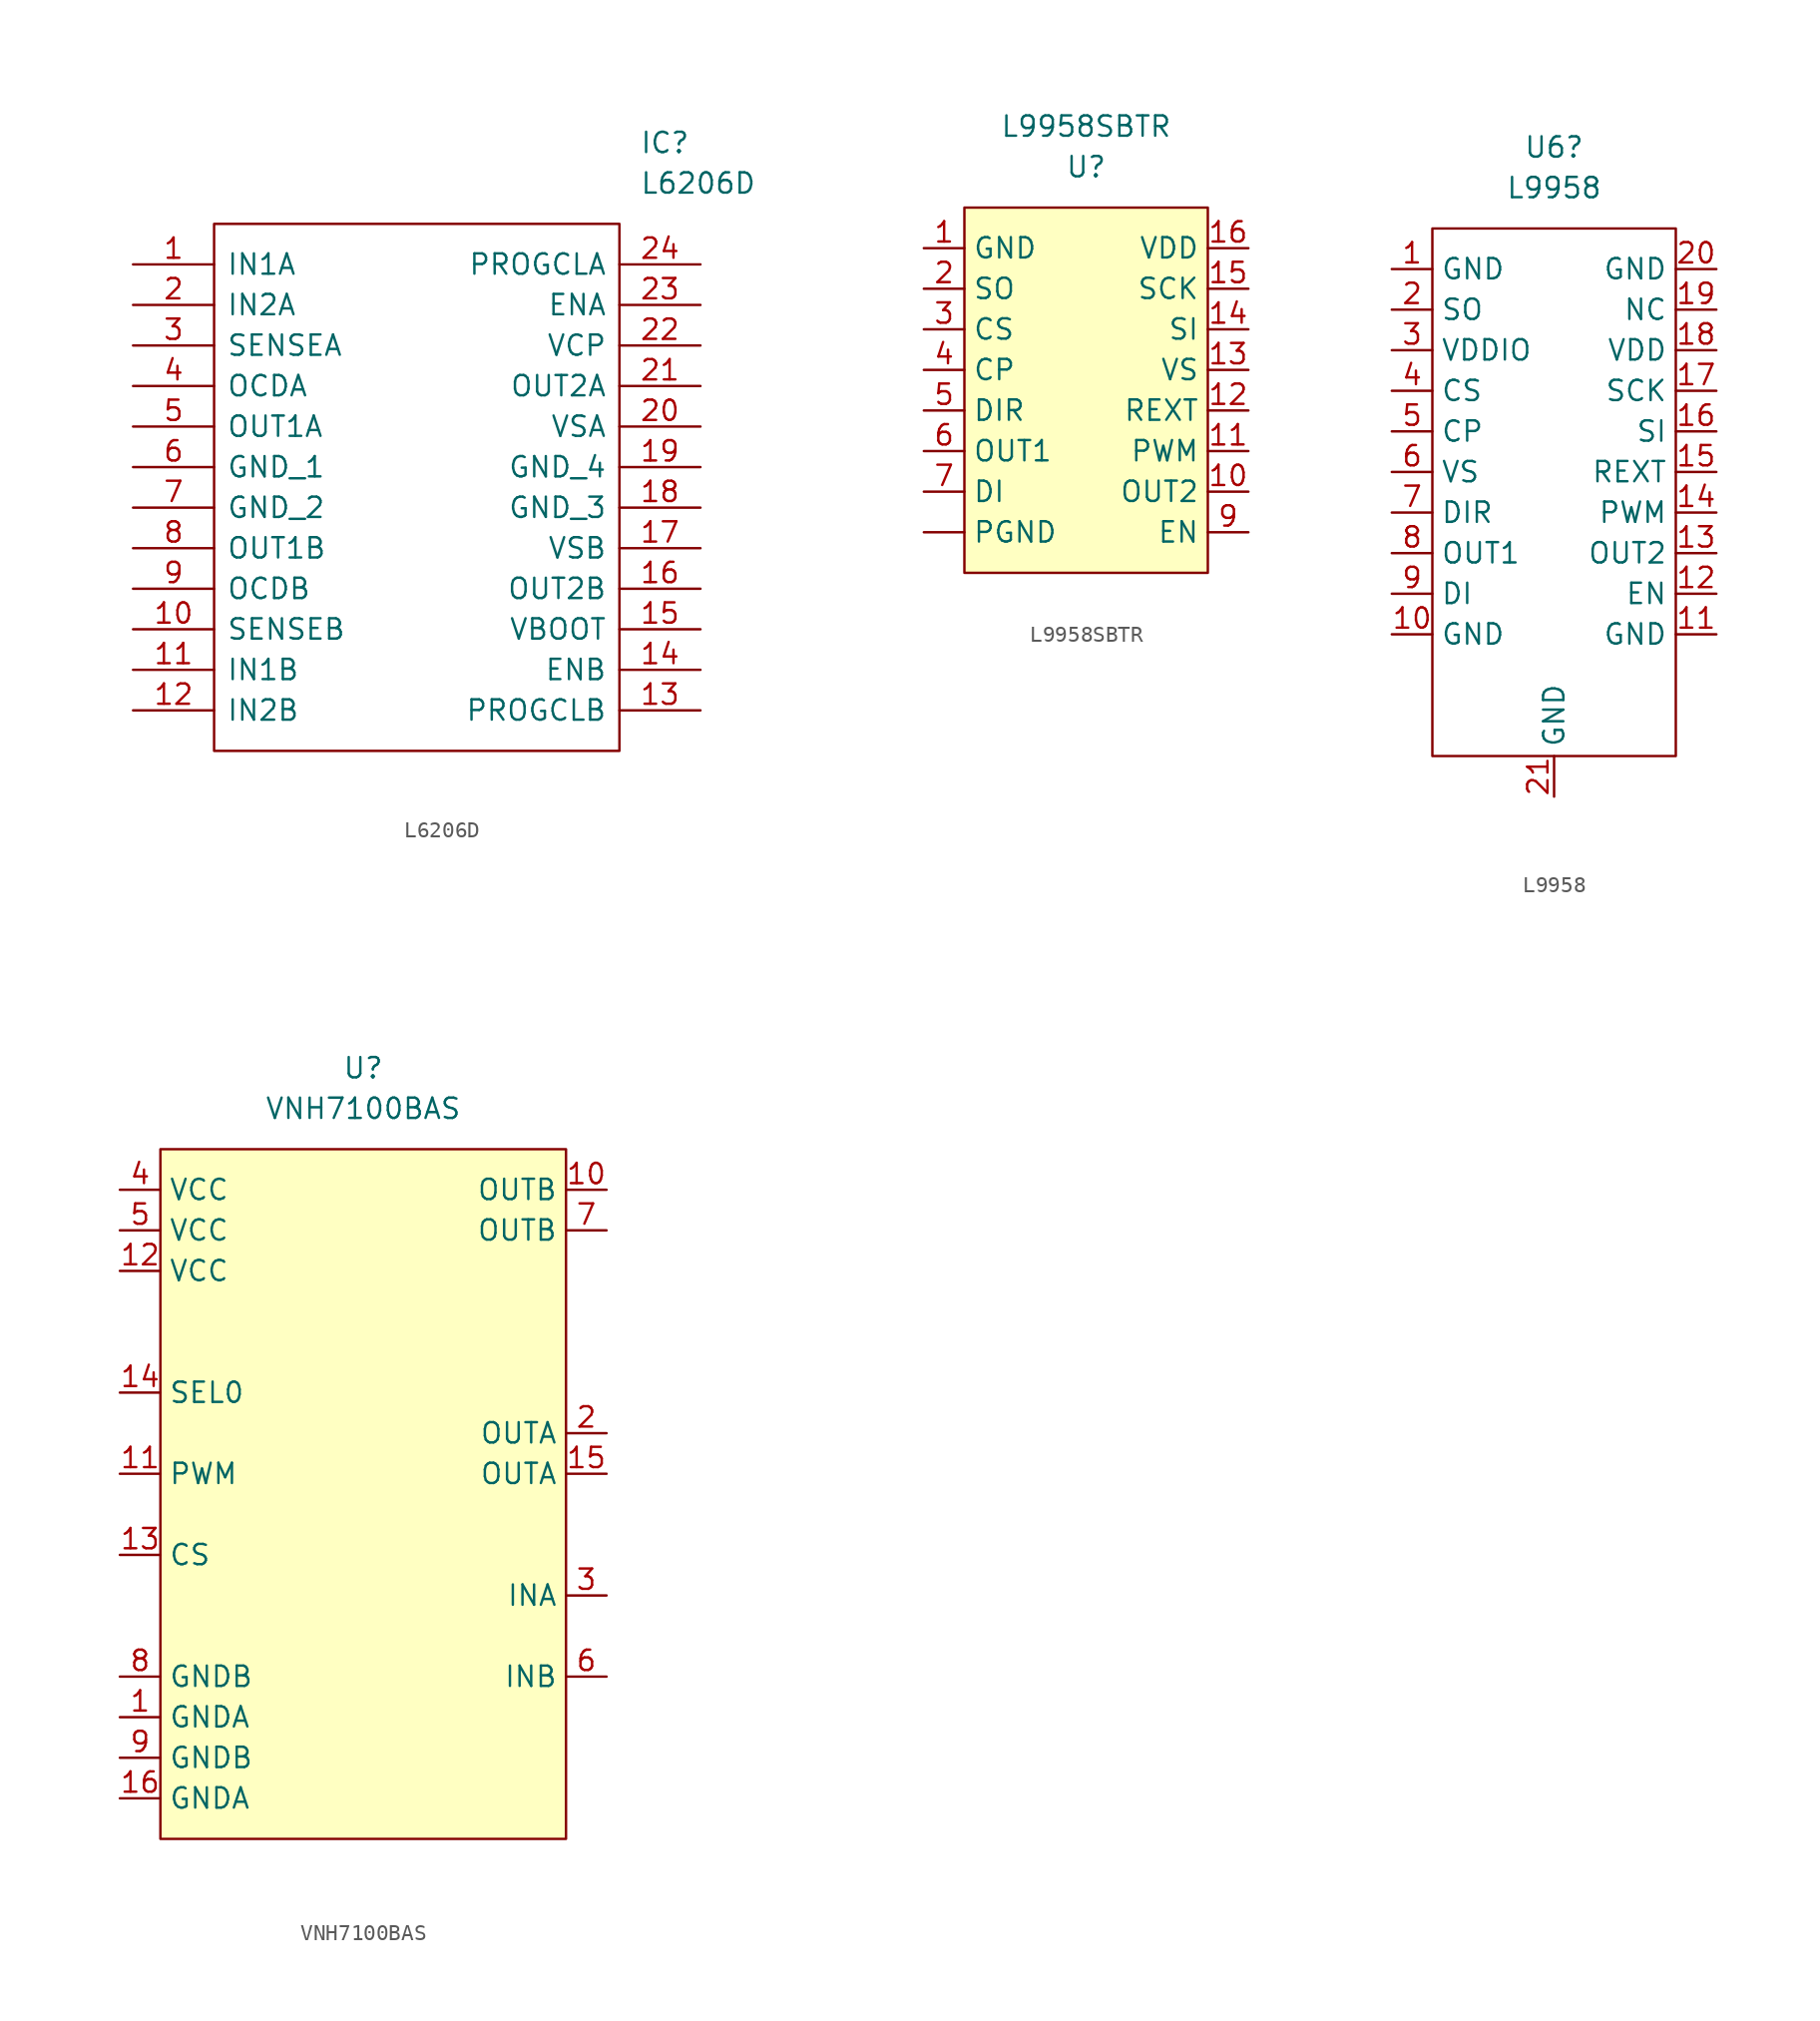
<source format=kicad_sym>
(kicad_symbol_lib
  (version 20211014)
  (generator kicad_symbol_editor)
  (symbol "L6206D"
    (pin_names
      (offset 0.762))
    (property "Reference" "IC"
      (at 31.75 7.62 0)
      (effects (font (size 1.27 1.27)) (justify left)))
    (property "Value" "L6206D"
      (at 31.75 5.08 0)
      (effects (font (size 1.27 1.27)) (justify left)))
    (symbol "L6206D_0_0"
      (pin passive line (at 0 0 0) (length 5.08) (name "IN1A" (effects (font (size 1.27 1.27)))) (number "1" (effects (font (size 1.27 1.27)))))
      (pin passive line (at 0 -22.86 0) (length 5.08) (name "SENSEB" (effects (font (size 1.27 1.27)))) (number "10" (effects (font (size 1.27 1.27)))))
      (pin passive line (at 0 -25.4 0) (length 5.08) (name "IN1B" (effects (font (size 1.27 1.27)))) (number "11" (effects (font (size 1.27 1.27)))))
      (pin passive line (at 0 -27.94 0) (length 5.08) (name "IN2B" (effects (font (size 1.27 1.27)))) (number "12" (effects (font (size 1.27 1.27)))))
      (pin passive line (at 35.56 -27.94 180) (length 5.08) (name "PROGCLB" (effects (font (size 1.27 1.27)))) (number "13" (effects (font (size 1.27 1.27)))))
      (pin passive line (at 35.56 -25.4 180) (length 5.08) (name "ENB" (effects (font (size 1.27 1.27)))) (number "14" (effects (font (size 1.27 1.27)))))
      (pin passive line (at 35.56 -22.86 180) (length 5.08) (name "VBOOT" (effects (font (size 1.27 1.27)))) (number "15" (effects (font (size 1.27 1.27)))))
      (pin passive line (at 35.56 -20.32 180) (length 5.08) (name "OUT2B" (effects (font (size 1.27 1.27)))) (number "16" (effects (font (size 1.27 1.27)))))
      (pin passive line (at 35.56 -17.78 180) (length 5.08) (name "VSB" (effects (font (size 1.27 1.27)))) (number "17" (effects (font (size 1.27 1.27)))))
      (pin passive line (at 35.56 -15.24 180) (length 5.08) (name "GND_3" (effects (font (size 1.27 1.27)))) (number "18" (effects (font (size 1.27 1.27)))))
      (pin passive line (at 35.56 -12.7 180) (length 5.08) (name "GND_4" (effects (font (size 1.27 1.27)))) (number "19" (effects (font (size 1.27 1.27)))))
      (pin passive line (at 0 -2.54 0) (length 5.08) (name "IN2A" (effects (font (size 1.27 1.27)))) (number "2" (effects (font (size 1.27 1.27)))))
      (pin passive line (at 35.56 -10.16 180) (length 5.08) (name "VSA" (effects (font (size 1.27 1.27)))) (number "20" (effects (font (size 1.27 1.27)))))
      (pin passive line (at 35.56 -7.62 180) (length 5.08) (name "OUT2A" (effects (font (size 1.27 1.27)))) (number "21" (effects (font (size 1.27 1.27)))))
      (pin passive line (at 35.56 -5.08 180) (length 5.08) (name "VCP" (effects (font (size 1.27 1.27)))) (number "22" (effects (font (size 1.27 1.27)))))
      (pin passive line (at 35.56 -2.54 180) (length 5.08) (name "ENA" (effects (font (size 1.27 1.27)))) (number "23" (effects (font (size 1.27 1.27)))))
      (pin passive line (at 35.56 0 180) (length 5.08) (name "PROGCLA" (effects (font (size 1.27 1.27)))) (number "24" (effects (font (size 1.27 1.27)))))
      (pin passive line (at 0 -5.08 0) (length 5.08) (name "SENSEA" (effects (font (size 1.27 1.27)))) (number "3" (effects (font (size 1.27 1.27)))))
      (pin passive line (at 0 -7.62 0) (length 5.08) (name "OCDA" (effects (font (size 1.27 1.27)))) (number "4" (effects (font (size 1.27 1.27)))))
      (pin passive line (at 0 -10.16 0) (length 5.08) (name "OUT1A" (effects (font (size 1.27 1.27)))) (number "5" (effects (font (size 1.27 1.27)))))
      (pin passive line (at 0 -12.7 0) (length 5.08) (name "GND_1" (effects (font (size 1.27 1.27)))) (number "6" (effects (font (size 1.27 1.27)))))
      (pin passive line (at 0 -15.24 0) (length 5.08) (name "GND_2" (effects (font (size 1.27 1.27)))) (number "7" (effects (font (size 1.27 1.27)))))
      (pin passive line (at 0 -17.78 0) (length 5.08) (name "OUT1B" (effects (font (size 1.27 1.27)))) (number "8" (effects (font (size 1.27 1.27)))))
      (pin passive line (at 0 -20.32 0) (length 5.08) (name "OCDB" (effects (font (size 1.27 1.27)))) (number "9" (effects (font (size 1.27 1.27))))))
    (symbol "L6206D_0_1"
      (polyline (pts (xy 5.08 2.54) (xy 30.48 2.54) (xy 30.48 -30.48) (xy 5.08 -30.48) (xy 5.08 2.54)) (stroke (width 0.152) (type default) (color 0 0 0 0)) (fill (type none)))))
  (symbol "L9958SBTR"
    (property "Reference" "U"
      (at 0 15.24 0)
      (effects (font (size 1.27 1.27))))
    (property "Value" "L9958SBTR"
      (at 0 17.78 0)
      (effects (font (size 1.27 1.27))))
    (symbol "L9958SBTR_0_1"
      (rectangle (start -7.62 12.7) (end 7.62 -10.16) (stroke (width 0) (type default) (color 0 0 0 0)) (fill (type background))))
    (symbol "L9958SBTR_1_1"
      (pin passive line (at -10.16 -7.62 0) (length 2.54) (name "PGND" (effects (font (size 1.27 1.27)))) (number "" (effects (font (size 1.27 1.27)))))
      (pin passive line (at -10.16 10.16 0) (length 2.54) (name "GND" (effects (font (size 1.27 1.27)))) (number "1" (effects (font (size 1.27 1.27)))))
      (pin passive line (at 10.16 -5.08 180) (length 2.54) (name "OUT2" (effects (font (size 1.27 1.27)))) (number "10" (effects (font (size 1.27 1.27)))))
      (pin passive line (at 10.16 -2.54 180) (length 2.54) (name "PWM" (effects (font (size 1.27 1.27)))) (number "11" (effects (font (size 1.27 1.27)))))
      (pin passive line (at 10.16 0 180) (length 2.54) (name "REXT" (effects (font (size 1.27 1.27)))) (number "12" (effects (font (size 1.27 1.27)))))
      (pin passive line (at 10.16 2.54 180) (length 2.54) (name "VS" (effects (font (size 1.27 1.27)))) (number "13" (effects (font (size 1.27 1.27)))))
      (pin passive line (at 10.16 5.08 180) (length 2.54) (name "SI" (effects (font (size 1.27 1.27)))) (number "14" (effects (font (size 1.27 1.27)))))
      (pin passive line (at 10.16 7.62 180) (length 2.54) (name "SCK" (effects (font (size 1.27 1.27)))) (number "15" (effects (font (size 1.27 1.27)))))
      (pin passive line (at 10.16 10.16 180) (length 2.54) (name "VDD" (effects (font (size 1.27 1.27)))) (number "16" (effects (font (size 1.27 1.27)))))
      (pin passive line (at -10.16 7.62 0) (length 2.54) (name "SO" (effects (font (size 1.27 1.27)))) (number "2" (effects (font (size 1.27 1.27)))))
      (pin passive line (at -10.16 5.08 0) (length 2.54) (name "CS" (effects (font (size 1.27 1.27)))) (number "3" (effects (font (size 1.27 1.27)))))
      (pin passive line (at -10.16 2.54 0) (length 2.54) (name "CP" (effects (font (size 1.27 1.27)))) (number "4" (effects (font (size 1.27 1.27)))))
      (pin passive line (at -10.16 0 0) (length 2.54) (name "DIR" (effects (font (size 1.27 1.27)))) (number "5" (effects (font (size 1.27 1.27)))))
      (pin passive line (at -10.16 -2.54 0) (length 2.54) (name "OUT1" (effects (font (size 1.27 1.27)))) (number "6" (effects (font (size 1.27 1.27)))))
      (pin passive line (at -10.16 -5.08 0) (length 2.54) (name "DI" (effects (font (size 1.27 1.27)))) (number "7" (effects (font (size 1.27 1.27)))))
      (pin passive line (at 10.16 -7.62 180) (length 2.54) (name "EN" (effects (font (size 1.27 1.27)))) (number "9" (effects (font (size 1.27 1.27)))))))
  (symbol "L9958"
    (property "Reference" "U6"
      (at 0 17.78 0)
      (effects (font (size 1.27 1.27))))
    (property "Value" "L9958"
      (at 0 15.24 0)
      (effects (font (size 1.27 1.27))))
    (symbol "L9958_0_1"
      (rectangle (start -7.62 12.7) (end 7.62 -20.32) (stroke (width 0) (type default) (color 0 0 0 0)) (fill (type none))))
    (symbol "L9958_1_1"
      (pin passive line (at -10.16 10.16 0) (length 2.54) (name "GND" (effects (font (size 1.27 1.27)))) (number "1" (effects (font (size 1.27 1.27)))))
      (pin passive line (at -10.16 -12.7 0) (length 2.54) (name "GND" (effects (font (size 1.27 1.27)))) (number "10" (effects (font (size 1.27 1.27)))))
      (pin passive line (at 10.16 -12.7 180) (length 2.54) (name "GND" (effects (font (size 1.27 1.27)))) (number "11" (effects (font (size 1.27 1.27)))))
      (pin passive line (at 10.16 -10.16 180) (length 2.54) (name "EN" (effects (font (size 1.27 1.27)))) (number "12" (effects (font (size 1.27 1.27)))))
      (pin passive line (at 10.16 -7.62 180) (length 2.54) (name "OUT2" (effects (font (size 1.27 1.27)))) (number "13" (effects (font (size 1.27 1.27)))))
      (pin passive line (at 10.16 -5.08 180) (length 2.54) (name "PWM" (effects (font (size 1.27 1.27)))) (number "14" (effects (font (size 1.27 1.27)))))
      (pin passive line (at 10.16 -2.54 180) (length 2.54) (name "REXT" (effects (font (size 1.27 1.27)))) (number "15" (effects (font (size 1.27 1.27)))))
      (pin passive line (at 10.16 0 180) (length 2.54) (name "SI" (effects (font (size 1.27 1.27)))) (number "16" (effects (font (size 1.27 1.27)))))
      (pin passive line (at 10.16 2.54 180) (length 2.54) (name "SCK" (effects (font (size 1.27 1.27)))) (number "17" (effects (font (size 1.27 1.27)))))
      (pin passive line (at 10.16 5.08 180) (length 2.54) (name "VDD" (effects (font (size 1.27 1.27)))) (number "18" (effects (font (size 1.27 1.27)))))
      (pin passive line (at 10.16 7.62 180) (length 2.54) (name "NC" (effects (font (size 1.27 1.27)))) (number "19" (effects (font (size 1.27 1.27)))))
      (pin passive line (at -10.16 7.62 0) (length 2.54) (name "SO" (effects (font (size 1.27 1.27)))) (number "2" (effects (font (size 1.27 1.27)))))
      (pin passive line (at 10.16 10.16 180) (length 2.54) (name "GND" (effects (font (size 1.27 1.27)))) (number "20" (effects (font (size 1.27 1.27)))))
      (pin passive line (at 0 -22.86 90) (length 2.54) (name "GND" (effects (font (size 1.27 1.27)))) (number "21" (effects (font (size 1.27 1.27)))))
      (pin passive line (at -10.16 5.08 0) (length 2.54) (name "VDDIO" (effects (font (size 1.27 1.27)))) (number "3" (effects (font (size 1.27 1.27)))))
      (pin passive line (at -10.16 2.54 0) (length 2.54) (name "CS" (effects (font (size 1.27 1.27)))) (number "4" (effects (font (size 1.27 1.27)))))
      (pin passive line (at -10.16 0 0) (length 2.54) (name "CP" (effects (font (size 1.27 1.27)))) (number "5" (effects (font (size 1.27 1.27)))))
      (pin passive line (at -10.16 -2.54 0) (length 2.54) (name "VS" (effects (font (size 1.27 1.27)))) (number "6" (effects (font (size 1.27 1.27)))))
      (pin passive line (at -10.16 -5.08 0) (length 2.54) (name "DIR" (effects (font (size 1.27 1.27)))) (number "7" (effects (font (size 1.27 1.27)))))
      (pin passive line (at -10.16 -7.62 0) (length 2.54) (name "OUT1" (effects (font (size 1.27 1.27)))) (number "8" (effects (font (size 1.27 1.27)))))
      (pin passive line (at -10.16 -10.16 0) (length 2.54) (name "DI" (effects (font (size 1.27 1.27)))) (number "9" (effects (font (size 1.27 1.27)))))))
  (symbol "VNH7100BAS"
    (property "Reference" "U"
      (at 0 20.32 0)
      (effects (font (size 1.27 1.27))))
    (property "Value" "VNH7100BAS"
      (at 0 17.78 0)
      (effects (font (size 1.27 1.27))))
    (symbol "VNH7100BAS_0_1"
      (rectangle (start -12.7 15.24) (end 12.7 -27.94) (stroke (width 0) (type default) (color 0 0 0 0)) (fill (type background))))
    (symbol "VNH7100BAS_1_1"
      (pin passive line (at -15.24 -20.32 0) (length 2.54) (name "GNDA" (effects (font (size 1.27 1.27)))) (number "1" (effects (font (size 1.27 1.27)))))
      (pin passive line (at 15.24 12.7 180) (length 2.54) (name "OUTB" (effects (font (size 1.27 1.27)))) (number "10" (effects (font (size 1.27 1.27)))))
      (pin passive line (at -15.24 -5.08 0) (length 2.54) (name "PWM" (effects (font (size 1.27 1.27)))) (number "11" (effects (font (size 1.27 1.27)))))
      (pin passive line (at -15.24 7.62 0) (length 2.54) (name "VCC" (effects (font (size 1.27 1.27)))) (number "12" (effects (font (size 1.27 1.27)))))
      (pin passive line (at -15.24 -10.16 0) (length 2.54) (name "CS" (effects (font (size 1.27 1.27)))) (number "13" (effects (font (size 1.27 1.27)))))
      (pin passive line (at -15.24 0 0) (length 2.54) (name "SEL0" (effects (font (size 1.27 1.27)))) (number "14" (effects (font (size 1.27 1.27)))))
      (pin passive line (at 15.24 -5.08 180) (length 2.54) (name "OUTA" (effects (font (size 1.27 1.27)))) (number "15" (effects (font (size 1.27 1.27)))))
      (pin passive line (at -15.24 -25.4 0) (length 2.54) (name "GNDA" (effects (font (size 1.27 1.27)))) (number "16" (effects (font (size 1.27 1.27)))))
      (pin passive line (at 15.24 -2.54 180) (length 2.54) (name "OUTA" (effects (font (size 1.27 1.27)))) (number "2" (effects (font (size 1.27 1.27)))))
      (pin passive line (at 15.24 -12.7 180) (length 2.54) (name "INA" (effects (font (size 1.27 1.27)))) (number "3" (effects (font (size 1.27 1.27)))))
      (pin passive line (at -15.24 12.7 0) (length 2.54) (name "VCC" (effects (font (size 1.27 1.27)))) (number "4" (effects (font (size 1.27 1.27)))))
      (pin passive line (at -15.24 10.16 0) (length 2.54) (name "VCC" (effects (font (size 1.27 1.27)))) (number "5" (effects (font (size 1.27 1.27)))))
      (pin passive line (at 15.24 -17.78 180) (length 2.54) (name "INB" (effects (font (size 1.27 1.27)))) (number "6" (effects (font (size 1.27 1.27)))))
      (pin passive line (at 15.24 10.16 180) (length 2.54) (name "OUTB" (effects (font (size 1.27 1.27)))) (number "7" (effects (font (size 1.27 1.27)))))
      (pin passive line (at -15.24 -17.78 0) (length 2.54) (name "GNDB" (effects (font (size 1.27 1.27)))) (number "8" (effects (font (size 1.27 1.27)))))
      (pin passive line (at -15.24 -22.86 0) (length 2.54) (name "GNDB" (effects (font (size 1.27 1.27)))) (number "9" (effects (font (size 1.27 1.27))))))))
</source>
